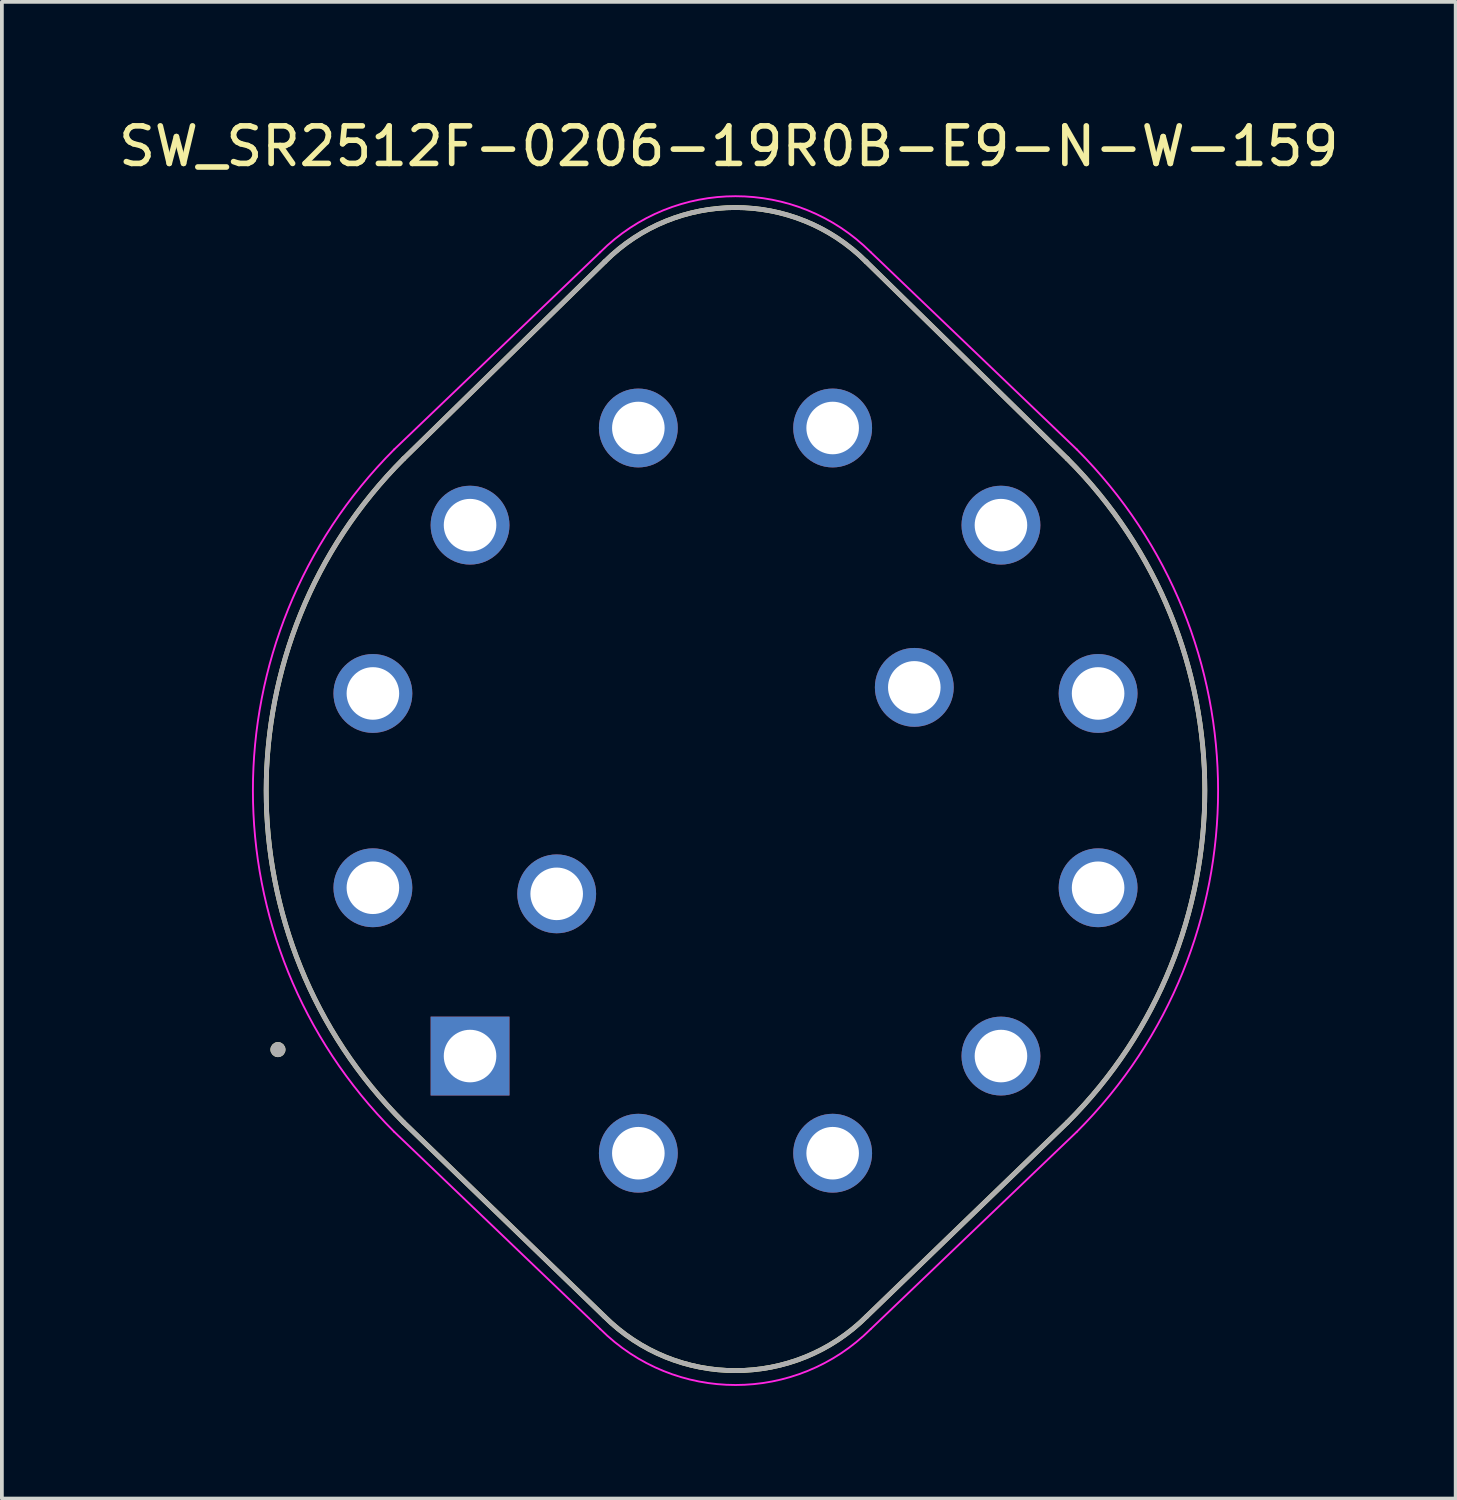
<source format=kicad_pcb>
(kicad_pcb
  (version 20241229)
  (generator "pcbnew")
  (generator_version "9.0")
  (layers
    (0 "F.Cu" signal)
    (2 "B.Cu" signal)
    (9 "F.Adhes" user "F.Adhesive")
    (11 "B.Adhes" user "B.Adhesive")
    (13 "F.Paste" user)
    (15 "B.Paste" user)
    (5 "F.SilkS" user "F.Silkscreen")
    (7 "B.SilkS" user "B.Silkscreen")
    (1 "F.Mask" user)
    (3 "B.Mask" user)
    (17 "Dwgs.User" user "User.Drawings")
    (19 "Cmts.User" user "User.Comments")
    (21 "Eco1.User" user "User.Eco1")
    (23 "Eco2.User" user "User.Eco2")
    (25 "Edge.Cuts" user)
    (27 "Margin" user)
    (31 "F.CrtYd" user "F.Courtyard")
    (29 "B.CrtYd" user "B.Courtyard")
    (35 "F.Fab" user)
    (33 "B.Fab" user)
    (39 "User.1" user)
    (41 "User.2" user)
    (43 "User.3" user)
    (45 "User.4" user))
  (footprint "SW_SR2512F-0206-19R0B-E9-N-W-159"
    (layer "F.Cu")
    (at 16.542 18.01)
    (property "Reference" "SW_SR2512F-0206-19R0B-E9-N-W-159" (at -0.179 -17.162 0) (layer "F.SilkS") (effects (font (size 1 1) (thickness 0.15))))
    (attr through_hole)
    (fp_line (start -8.84 -8.84) (end -3.48 -14.09) (stroke (width 0.127) (type solid)) (layer "F.SilkS"))
    (fp_line (start -8.84 8.84) (end -3.5 14) (stroke (width 0.127) (type solid)) (layer "F.SilkS"))
    (fp_line (start 8.84 -8.84) (end 3.48 -14.09) (stroke (width 0.127) (type solid)) (layer "F.SilkS"))
    (fp_line (start 8.84 8.84) (end 3.5 14) (stroke (width 0.127) (type solid)) (layer "F.SilkS"))
    (fp_arc (start -8.84 8.84) (mid -12.501648 0) (end -8.84 -8.84) (stroke (width 0.127) (type solid)) (layer "F.SilkS"))
    (fp_arc (start -3.48 -14.09) (mid 0 -15.531463) (end 3.48 -14.09) (stroke (width 0.127) (type solid)) (layer "F.SilkS"))
    (fp_arc (start 3.5 14) (mid 0 15.449747) (end -3.5 14) (stroke (width 0.127) (type solid)) (layer "F.SilkS"))
    (fp_arc (start 8.84 -8.84) (mid 12.501648 0) (end 8.84 8.84) (stroke (width 0.127) (type solid)) (layer "F.SilkS"))
    (fp_circle (center -12.188 6.899) (end -12.088 6.899) (stroke (width 0.2) (type solid)) (fill no) (layer "F.SilkS"))
    (fp_line (start -9.09 -9.09) (end -3.605 -14.34) (stroke (width 0.05) (type solid)) (layer "F.CrtYd"))
    (fp_line (start -9.09 9.09) (end -3.605 14.34) (stroke (width 0.05) (type solid)) (layer "F.CrtYd"))
    (fp_line (start 9.09 -9.09) (end 3.605 -14.34) (stroke (width 0.05) (type solid)) (layer "F.CrtYd"))
    (fp_line (start 9.09 9.09) (end 3.605 14.34) (stroke (width 0.05) (type solid)) (layer "F.CrtYd"))
    (fp_arc (start -9.09 9.09) (mid -12.855201 0) (end -9.09 -9.09) (stroke (width 0.05) (type solid)) (layer "F.CrtYd"))
    (fp_arc (start -3.605 -14.34) (mid 0 -15.83324) (end 3.605 -14.34) (stroke (width 0.05) (type solid)) (layer "F.CrtYd"))
    (fp_arc (start 3.605 14.34) (mid 0 15.83324) (end -3.605 14.34) (stroke (width 0.05) (type solid)) (layer "F.CrtYd"))
    (fp_arc (start 9.09 -9.09) (mid 12.855201 0) (end 9.09 9.09) (stroke (width 0.05) (type solid)) (layer "F.CrtYd"))
    (fp_line (start -8.84 -8.84) (end -3.48 -14.09) (stroke (width 0.127) (type solid)) (layer "F.Fab"))
    (fp_line (start -8.84 8.84) (end -3.5 14) (stroke (width 0.127) (type solid)) (layer "F.Fab"))
    (fp_line (start 8.84 -8.84) (end 3.48 -14.09) (stroke (width 0.127) (type solid)) (layer "F.Fab"))
    (fp_line (start 8.84 8.84) (end 3.5 14) (stroke (width 0.127) (type solid)) (layer "F.Fab"))
    (fp_arc (start -8.84 8.84) (mid -12.501648 0) (end -8.84 -8.84) (stroke (width 0.127) (type solid)) (layer "F.Fab"))
    (fp_arc (start -3.48 -14.09) (mid 0 -15.531463) (end 3.48 -14.09) (stroke (width 0.127) (type solid)) (layer "F.Fab"))
    (fp_arc (start 3.5 14) (mid 0 15.449747) (end -3.5 14) (stroke (width 0.127) (type solid)) (layer "F.Fab"))
    (fp_arc (start 8.84 -8.84) (mid 12.501648 0) (end 8.84 8.84) (stroke (width 0.127) (type solid)) (layer "F.Fab"))
    (fp_circle (center -12.188 6.899) (end -12.088 6.899) (stroke (width 0.2) (type solid)) (fill no) (layer "F.Fab"))
    (pad "1" thru_hole rect (at -7.071 7.071) (size 2.1 2.1) (drill 1.4) (layers "*.Cu" "*.Mask"))
    (pad "2" thru_hole circle (at -9.659 2.588) (size 2.1 2.1) (drill 1.4) (layers "*.Cu" "*.Mask"))
    (pad "3" thru_hole circle (at -9.659 -2.588) (size 2.1 2.1) (drill 1.4) (layers "*.Cu" "*.Mask"))
    (pad "4" thru_hole circle (at -7.071 -7.071) (size 2.1 2.1) (drill 1.4) (layers "*.Cu" "*.Mask"))
    (pad "5" thru_hole circle (at -2.588 -9.659) (size 2.1 2.1) (drill 1.4) (layers "*.Cu" "*.Mask"))
    (pad "6" thru_hole circle (at 2.588 -9.659) (size 2.1 2.1) (drill 1.4) (layers "*.Cu" "*.Mask"))
    (pad "7" thru_hole circle (at 7.071 -7.071) (size 2.1 2.1) (drill 1.4) (layers "*.Cu" "*.Mask"))
    (pad "8" thru_hole circle (at 9.659 -2.588) (size 2.1 2.1) (drill 1.4) (layers "*.Cu" "*.Mask"))
    (pad "9" thru_hole circle (at 9.659 2.588) (size 2.1 2.1) (drill 1.4) (layers "*.Cu" "*.Mask"))
    (pad "10" thru_hole circle (at 7.071 7.071) (size 2.1 2.1) (drill 1.4) (layers "*.Cu" "*.Mask"))
    (pad "11" thru_hole circle (at 2.588 9.659) (size 2.1 2.1) (drill 1.4) (layers "*.Cu" "*.Mask"))
    (pad "12" thru_hole circle (at -2.588 9.659) (size 2.1 2.1) (drill 1.4) (layers "*.Cu" "*.Mask"))
    (pad "A" thru_hole circle (at -4.763 2.75) (size 2.1 2.1) (drill 1.4) (layers "*.Cu" "*.Mask"))
    (pad "B" thru_hole circle (at 4.763 -2.75) (size 2.1 2.1) (drill 1.4) (layers "*.Cu" "*.Mask")))
  (gr_rect
    (start -3 -3)
    (end 35.726 36.868)
    (stroke (width 0.1) (type default))
    (fill no)
    (layer "Edge.Cuts")))
</source>
